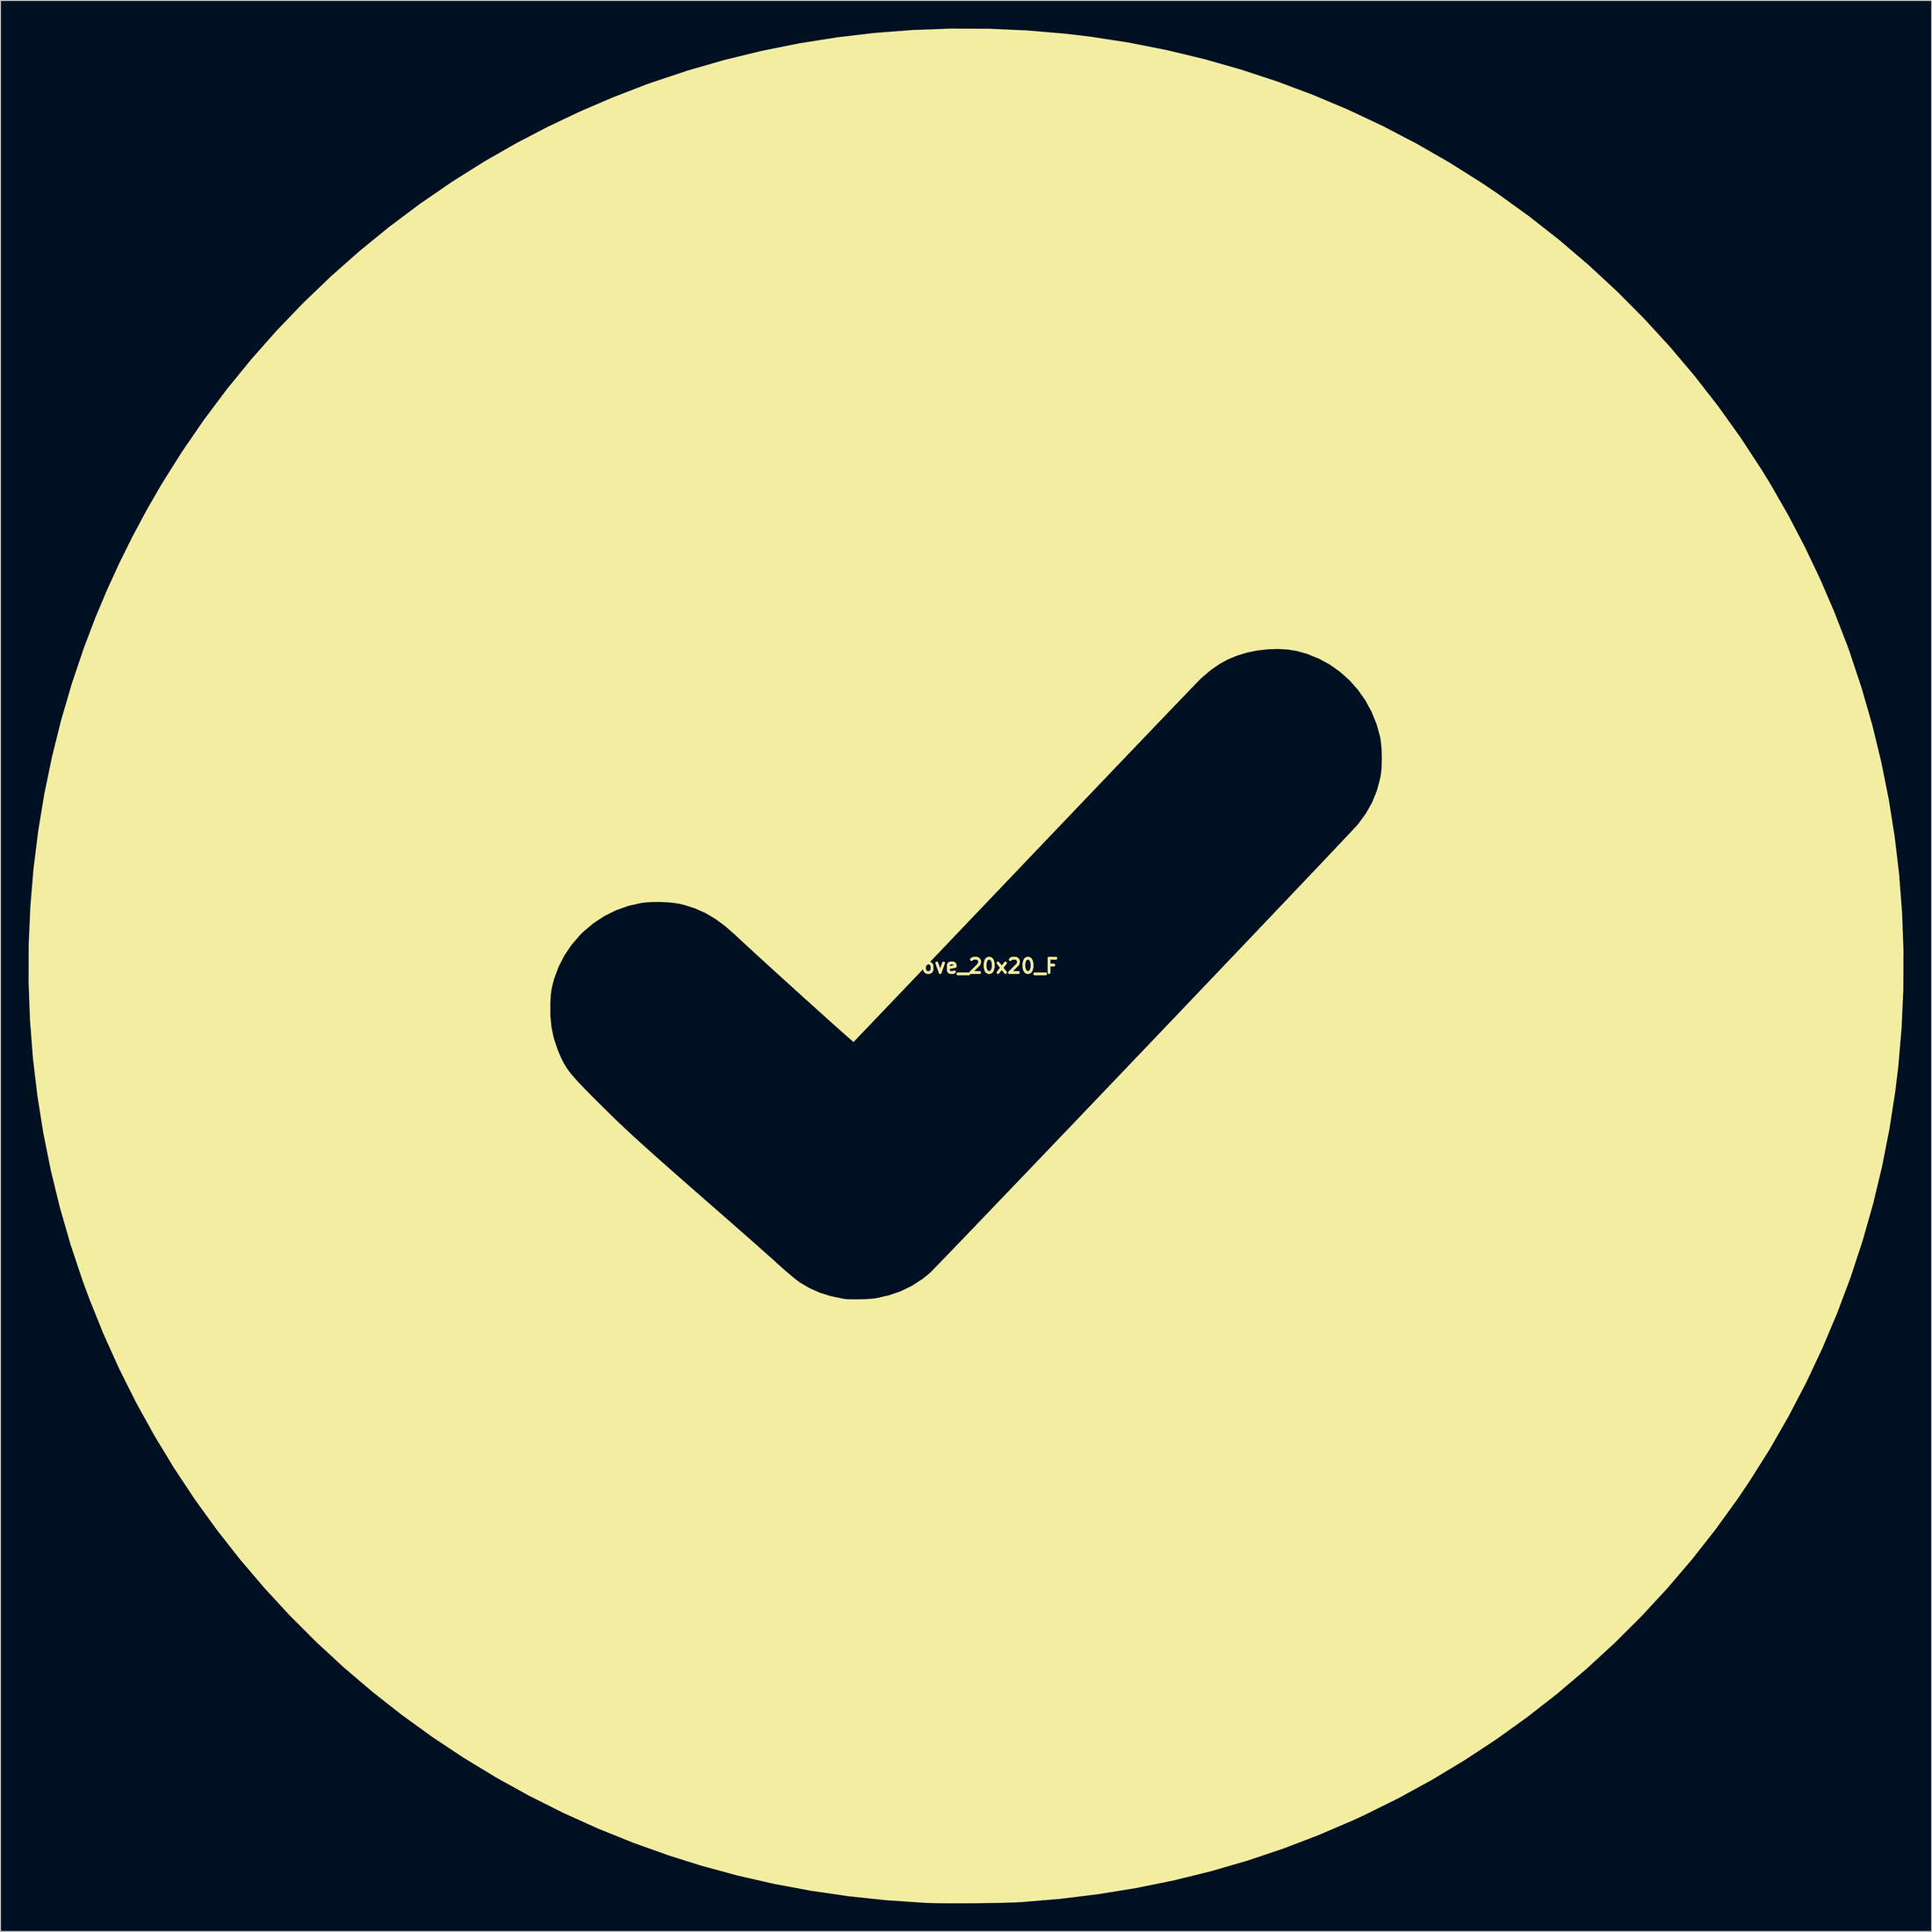
<source format=kicad_pcb>
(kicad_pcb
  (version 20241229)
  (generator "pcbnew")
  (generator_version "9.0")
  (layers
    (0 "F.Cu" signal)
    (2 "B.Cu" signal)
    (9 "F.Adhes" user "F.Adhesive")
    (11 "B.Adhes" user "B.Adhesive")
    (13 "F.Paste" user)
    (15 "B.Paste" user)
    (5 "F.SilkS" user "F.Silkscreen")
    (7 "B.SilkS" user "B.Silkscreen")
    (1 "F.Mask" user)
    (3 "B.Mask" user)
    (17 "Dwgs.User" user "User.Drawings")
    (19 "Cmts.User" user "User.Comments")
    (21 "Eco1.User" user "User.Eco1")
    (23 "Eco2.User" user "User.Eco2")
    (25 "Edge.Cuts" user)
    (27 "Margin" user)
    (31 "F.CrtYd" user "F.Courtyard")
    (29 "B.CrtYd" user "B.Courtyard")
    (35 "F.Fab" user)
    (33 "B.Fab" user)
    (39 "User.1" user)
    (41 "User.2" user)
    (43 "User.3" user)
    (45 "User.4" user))
  (footprint "approve_20x20_F"
    (layer "F.Cu")
    (at 99.976 99.979)
    (property "Reference" "approve_20x20_F" (at 0 0 0) (layer "F.SilkS") (effects (font (size 1.524 1.524) (thickness 0.3))))
    (attr through_hole)
    (fp_poly (pts (xy 2.497 -99.956) (xy 6.581 -99.773) (xy 10.659 -99.423) (xy 13.377 -99.097) (xy 17.416 -98.47) (xy 21.42 -97.679) (xy 25.386 -96.725) (xy 29.306 -95.611) (xy 33.176 -94.339) (xy 36.989 -92.91) (xy 40.742 -91.327) (xy 44.428 -89.593) (xy 48.041 -87.708) (xy 51.576 -85.676) (xy 55.028 -83.498) (xy 56.727 -82.351) (xy 60.05 -79.955) (xy 63.272 -77.424) (xy 66.387 -74.764) (xy 69.391 -71.981) (xy 72.28 -69.078) (xy 75.05 -66.06) (xy 77.695 -62.932) (xy 80.211 -59.7) (xy 82.593 -56.367) (xy 84.839 -52.938) (xy 85.801 -51.368) (xy 87.678 -48.096) (xy 89.449 -44.71) (xy 91.101 -41.238) (xy 92.62 -37.71) (xy 93.995 -34.152) (xy 94.224 -33.515) (xy 95.509 -29.654) (xy 96.634 -25.743) (xy 97.598 -21.789) (xy 98.399 -17.798) (xy 99.038 -13.777) (xy 99.514 -9.73) (xy 99.826 -5.665) (xy 99.974 -1.587) (xy 99.956 2.497) (xy 99.773 6.581) (xy 99.423 10.659) (xy 99.097 13.377) (xy 98.47 17.414) (xy 97.68 21.417) (xy 96.726 25.381) (xy 95.613 29.3) (xy 94.341 33.169) (xy 92.913 36.981) (xy 91.332 40.733) (xy 89.598 44.417) (xy 87.715 48.028) (xy 85.685 51.561) (xy 83.51 55.01) (xy 82.351 56.727) (xy 79.96 60.042) (xy 77.437 63.254) (xy 74.789 66.357) (xy 72.02 69.348) (xy 69.134 72.224) (xy 66.136 74.979) (xy 63.031 77.61) (xy 59.824 80.113) (xy 56.52 82.484) (xy 53.123 84.719) (xy 49.639 86.814) (xy 46.071 88.765) (xy 42.425 90.568) (xy 41.336 91.07) (xy 37.603 92.675) (xy 33.821 94.12) (xy 29.989 95.407) (xy 26.103 96.536) (xy 22.16 97.507) (xy 18.158 98.322) (xy 14.094 98.98) (xy 9.965 99.484) (xy 5.884 99.825) (xy 5.382 99.851) (xy 4.737 99.875) (xy 3.974 99.896) (xy 3.121 99.914) (xy 2.202 99.928) (xy 1.245 99.94) (xy 0.275 99.947) (xy -0.681 99.951) (xy -1.598 99.951) (xy -2.449 99.946) (xy -3.208 99.937) (xy -3.849 99.923) (xy -4.318 99.906) (xy -8.467 99.627) (xy -12.546 99.195) (xy -16.56 98.61) (xy -20.516 97.871) (xy -24.419 96.977) (xy -28.276 95.925) (xy -31.623 94.874) (xy -35.475 93.501) (xy -39.253 91.977) (xy -42.951 90.307) (xy -46.568 88.494) (xy -50.099 86.542) (xy -53.54 84.453) (xy -56.889 82.232) (xy -60.141 79.882) (xy -63.292 77.407) (xy -66.341 74.81) (xy -69.282 72.094) (xy -72.112 69.264) (xy -74.827 66.322) (xy -77.425 63.272) (xy -79.901 60.118) (xy -82.252 56.863) (xy -84.474 53.511) (xy -86.563 50.065) (xy -88.517 46.529) (xy -90.331 42.905) (xy -92.002 39.199) (xy -93.527 35.413) (xy -94.224 33.515) (xy -95.511 29.649) (xy -96.636 25.743) (xy -97.598 21.801) (xy -98.397 17.829) (xy -99.034 13.832) (xy -99.509 9.817) (xy -99.821 5.789) (xy -99.884 4.109) (xy -44.343 4.109) (xy -44.332 5.378) (xy -44.21 6.557) (xy -43.969 7.689) (xy -43.599 8.819) (xy -43.336 9.459) (xy -43.146 9.878) (xy -42.954 10.261) (xy -42.748 10.624) (xy -42.514 10.983) (xy -42.24 11.354) (xy -41.913 11.753) (xy -41.52 12.197) (xy -41.048 12.703) (xy -40.484 13.285) (xy -39.815 13.961) (xy -39.505 14.271) (xy -39.01 14.764) (xy -38.542 15.229) (xy -38.09 15.674) (xy -37.648 16.105) (xy -37.208 16.53) (xy -36.761 16.957) (xy -36.3 17.392) (xy -35.816 17.842) (xy -35.302 18.316) (xy -34.749 18.819) (xy -34.15 19.36) (xy -33.496 19.946) (xy -32.78 20.584) (xy -31.993 21.281) (xy -31.128 22.044) (xy -30.176 22.881) (xy -29.13 23.799) (xy -27.982 24.805) (xy -26.723 25.907) (xy -25.346 27.111) (xy -25.104 27.322) (xy -24.389 27.949) (xy -23.656 28.592) (xy -22.927 29.235) (xy -22.223 29.858) (xy -21.563 30.444) (xy -20.969 30.973) (xy -20.462 31.428) (xy -20.066 31.786) (xy -19.581 32.221) (xy -19.096 32.645) (xy -18.636 33.034) (xy -18.23 33.368) (xy -17.901 33.624) (xy -17.728 33.748) (xy -16.69 34.358) (xy -15.585 34.845) (xy -14.39 35.218) (xy -13.082 35.485) (xy -12.954 35.505) (xy -12.632 35.534) (xy -12.186 35.549) (xy -11.661 35.551) (xy -11.103 35.54) (xy -10.557 35.518) (xy -10.067 35.485) (xy -9.679 35.443) (xy -9.6 35.431) (xy -8.229 35.123) (xy -6.961 34.685) (xy -5.778 34.111) (xy -4.666 33.393) (xy -3.93 32.808) (xy -3.826 32.708) (xy -3.609 32.49) (xy -3.286 32.159) (xy -2.862 31.721) (xy -2.34 31.182) (xy -1.726 30.545) (xy -1.025 29.817) (xy -0.242 29.002) (xy 0.619 28.106) (xy 1.551 27.134) (xy 2.551 26.091) (xy 3.614 24.982) (xy 4.734 23.813) (xy 5.907 22.587) (xy 7.127 21.312) (xy 8.39 19.992) (xy 9.69 18.631) (xy 11.024 17.236) (xy 12.385 15.811) (xy 13.77 14.362) (xy 15.172 12.893) (xy 16.588 11.41) (xy 18.012 9.919) (xy 19.439 8.423) (xy 20.864 6.929) (xy 22.282 5.442) (xy 23.69 3.966) (xy 25.08 2.507) (xy 26.449 1.071) (xy 27.792 -0.339) (xy 29.104 -1.716) (xy 30.379 -3.055) (xy 31.613 -4.352) (xy 32.801 -5.601) (xy 33.938 -6.796) (xy 35.019 -7.934) (xy 36.039 -9.008) (xy 36.993 -10.013) (xy 37.877 -10.944) (xy 38.684 -11.797) (xy 39.412 -12.565) (xy 40.053 -13.244) (xy 40.604 -13.829) (xy 41.06 -14.314) (xy 41.415 -14.694) (xy 41.665 -14.964) (xy 41.805 -15.119) (xy 41.821 -15.139) (xy 42.642 -16.258) (xy 43.308 -17.444) (xy 43.817 -18.694) (xy 44.169 -20.007) (xy 44.241 -20.398) (xy 44.311 -20.984) (xy 44.346 -21.674) (xy 44.349 -22.414) (xy 44.32 -23.152) (xy 44.261 -23.834) (xy 44.172 -24.408) (xy 44.161 -24.461) (xy 43.779 -25.83) (xy 43.254 -27.123) (xy 42.596 -28.334) (xy 41.813 -29.45) (xy 40.915 -30.465) (xy 39.911 -31.367) (xy 38.81 -32.147) (xy 37.621 -32.796) (xy 36.354 -33.305) (xy 35.306 -33.6) (xy 34.333 -33.762) (xy 33.266 -33.824) (xy 32.15 -33.788) (xy 31.025 -33.655) (xy 30.018 -33.448) (xy 28.937 -33.125) (xy 27.949 -32.72) (xy 27.021 -32.212) (xy 26.119 -31.585) (xy 25.21 -30.818) (xy 24.983 -30.607) (xy 24.875 -30.499) (xy 24.654 -30.273) (xy 24.326 -29.934) (xy 23.895 -29.487) (xy 23.366 -28.936) (xy 22.743 -28.288) (xy 22.031 -27.545) (xy 21.235 -26.715) (xy 20.359 -25.8) (xy 19.409 -24.807) (xy 18.387 -23.739) (xy 17.3 -22.602) (xy 16.152 -21.401) (xy 14.947 -20.14) (xy 13.691 -18.825) (xy 12.387 -17.459) (xy 11.041 -16.049) (xy 9.657 -14.599) (xy 8.239 -13.113) (xy 6.793 -11.597) (xy 6.19 -10.964) (xy 4.741 -9.444) (xy 3.322 -7.956) (xy 1.937 -6.505) (xy 0.592 -5.094) (xy -0.71 -3.73) (xy -1.963 -2.416) (xy -3.164 -1.157) (xy -4.309 0.042) (xy -5.391 1.177) (xy -6.408 2.242) (xy -7.355 3.234) (xy -8.227 4.147) (xy -9.02 4.977) (xy -9.729 5.72) (xy -10.351 6.37) (xy -10.879 6.923) (xy -11.311 7.374) (xy -11.642 7.719) (xy -11.867 7.953) (xy -11.981 8.071) (xy -11.996 8.086) (xy -12.071 8.03) (xy -12.261 7.869) (xy -12.556 7.613) (xy -12.946 7.269) (xy -13.42 6.848) (xy -13.969 6.358) (xy -14.582 5.809) (xy -15.25 5.209) (xy -15.963 4.568) (xy -16.709 3.895) (xy -17.48 3.199) (xy -18.265 2.489) (xy -19.053 1.774) (xy -19.836 1.064) (xy -20.603 0.367) (xy -21.343 -0.308) (xy -22.047 -0.95) (xy -22.704 -1.552) (xy -23.305 -2.104) (xy -23.839 -2.597) (xy -24.297 -3.022) (xy -24.668 -3.37) (xy -24.678 -3.38) (xy -25.723 -4.294) (xy -26.761 -5.054) (xy -27.816 -5.671) (xy -28.908 -6.157) (xy -30.059 -6.524) (xy -30.565 -6.645) (xy -31.14 -6.74) (xy -31.828 -6.805) (xy -32.575 -6.838) (xy -33.326 -6.838) (xy -34.028 -6.805) (xy -34.628 -6.736) (xy -34.64 -6.734) (xy -36.022 -6.42) (xy -37.34 -5.951) (xy -38.586 -5.331) (xy -39.75 -4.565) (xy -40.825 -3.656) (xy -41.169 -3.315) (xy -42.074 -2.264) (xy -42.842 -1.126) (xy -43.464 0.087) (xy -43.932 1.36) (xy -44.04 1.749) (xy -44.147 2.187) (xy -44.224 2.572) (xy -44.277 2.956) (xy -44.312 3.391) (xy -44.337 3.928) (xy -44.343 4.109) (xy -99.884 4.109) (xy -99.971 1.753) (xy -99.96 -2.286) (xy -99.786 -6.321) (xy -99.451 -10.347) (xy -98.954 -14.358) (xy -98.296 -18.35) (xy -97.476 -22.315) (xy -96.495 -26.25) (xy -95.353 -30.149) (xy -94.05 -34.004) (xy -92.867 -37.115) (xy -91.641 -40.035) (xy -90.292 -42.979) (xy -88.842 -45.899) (xy -87.316 -48.747) (xy -85.801 -51.368) (xy -83.613 -54.848) (xy -81.288 -58.231) (xy -78.831 -61.511) (xy -76.244 -64.685) (xy -73.532 -67.749) (xy -70.699 -70.7) (xy -67.748 -73.533) (xy -64.684 -76.245) (xy -61.51 -78.832) (xy -58.23 -81.289) (xy -54.847 -83.614) (xy -51.368 -85.801) (xy -48.096 -87.678) (xy -44.71 -89.449) (xy -41.238 -91.101) (xy -37.71 -92.62) (xy -34.152 -93.995) (xy -33.515 -94.224) (xy -29.654 -95.509) (xy -25.743 -96.634) (xy -21.789 -97.598) (xy -17.798 -98.399) (xy -13.777 -99.038) (xy -9.73 -99.514) (xy -5.665 -99.826) (xy -1.587 -99.974) (xy 2.497 -99.956)) (stroke (width 0.01) (type solid)) (fill yes) (layer "F.SilkS")))
  (gr_rect
    (start -3 -3)
    (end 202.955 202.934)
    (stroke (width 0.1) (type default))
    (fill no)
    (layer "Edge.Cuts")))
</source>
